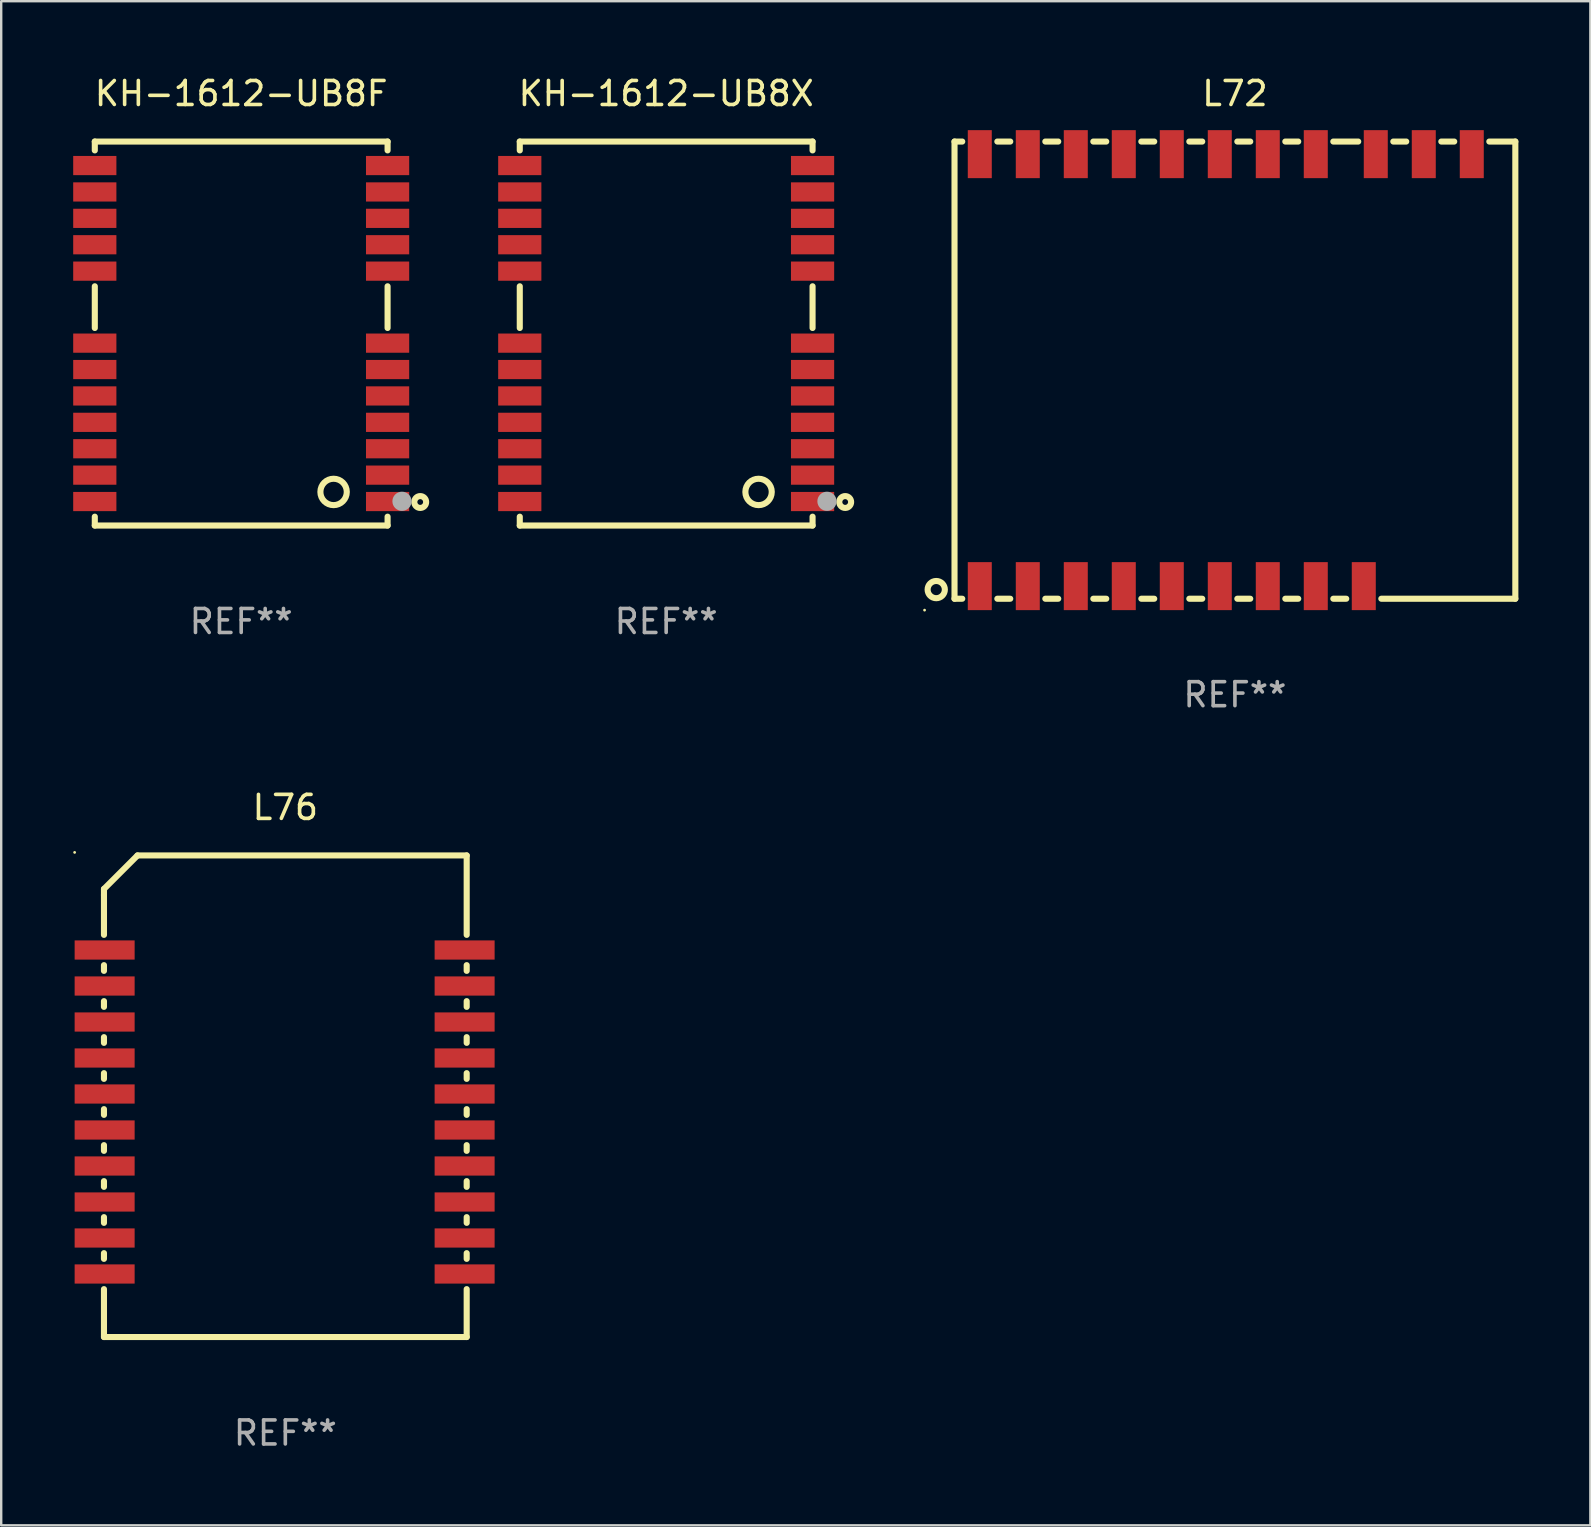
<source format=kicad_pcb>
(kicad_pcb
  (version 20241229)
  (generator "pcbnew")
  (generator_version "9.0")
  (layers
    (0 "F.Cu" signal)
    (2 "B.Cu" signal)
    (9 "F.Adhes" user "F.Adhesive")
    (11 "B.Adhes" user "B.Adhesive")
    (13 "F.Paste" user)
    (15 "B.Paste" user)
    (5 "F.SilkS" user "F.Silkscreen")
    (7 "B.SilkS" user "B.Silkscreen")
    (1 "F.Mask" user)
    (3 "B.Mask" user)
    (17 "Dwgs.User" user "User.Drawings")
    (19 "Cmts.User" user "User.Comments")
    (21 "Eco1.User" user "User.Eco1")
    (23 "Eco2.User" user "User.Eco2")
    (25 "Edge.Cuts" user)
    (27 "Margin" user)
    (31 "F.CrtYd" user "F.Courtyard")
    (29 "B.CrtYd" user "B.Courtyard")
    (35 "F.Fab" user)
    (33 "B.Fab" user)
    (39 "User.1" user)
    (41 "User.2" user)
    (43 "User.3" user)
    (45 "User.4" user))
  (footprint "KH-1612-UB8F"
    (layer "F.Cu")
    (at 7 10.848)
    (property "Reference" "KH-1612-UB8F" (at 0 -10 0) (layer "F.SilkS") (effects (font (size 1 1) (thickness 0.15))))
    (attr through_hole)
    (fp_line (start -6.1 -8) (end -6.1 -7.631) (stroke (width 0.254) (type solid)) (layer "F.SilkS"))
    (fp_line (start -6.1 -8) (end 6.1 -8) (stroke (width 0.254) (type solid)) (layer "F.SilkS"))
    (fp_line (start -6.1 -1.969) (end -6.1 -0.231) (stroke (width 0.254) (type solid)) (layer "F.SilkS"))
    (fp_line (start -6.1 7.631) (end -6.1 8) (stroke (width 0.254) (type solid)) (layer "F.SilkS"))
    (fp_line (start -6.1 8) (end 6.1 8) (stroke (width 0.254) (type solid)) (layer "F.SilkS"))
    (fp_line (start 6.1 -8) (end 6.1 -7.631) (stroke (width 0.254) (type solid)) (layer "F.SilkS"))
    (fp_line (start 6.1 -1.969) (end 6.1 -0.231) (stroke (width 0.254) (type solid)) (layer "F.SilkS"))
    (fp_line (start 6.1 7.631) (end 6.1 8) (stroke (width 0.254) (type solid)) (layer "F.SilkS"))
    (fp_circle (center 3.85 6.6) (end 4.4 6.6) (stroke (width 0.254) (type solid)) (fill no) (layer "F.SilkS"))
    (fp_circle (center 6.1 8) (end 6.13 8) (stroke (width 0.06) (type solid)) (fill no) (layer "F.SilkS"))
    (fp_circle (center 7.46 7.02) (end 7.58 7.02) (stroke (width 0.254) (type solid)) (fill no) (layer "F.SilkS"))
    (fp_circle (center 6.7 6.99) (end 6.9 6.99) (stroke (width 0.4) (type solid)) (fill no) (layer "F.Fab"))
    (fp_text user "REF**" (at 0 12 0) (layer "F.Fab") (effects (font (size 1 1) (thickness 0.15))))
    (pad "1" smd rect (at 6.1 7 90) (size 0.8 1.8) (layers "F.Cu" "F.Mask" "F.Paste"))
    (pad "2" smd rect (at 6.1 5.9 90) (size 0.8 1.8) (layers "F.Cu" "F.Mask" "F.Paste"))
    (pad "3" smd rect (at 6.1 4.8 90) (size 0.8 1.8) (layers "F.Cu" "F.Mask" "F.Paste"))
    (pad "4" smd rect (at 6.1 3.7 90) (size 0.8 1.8) (layers "F.Cu" "F.Mask" "F.Paste"))
    (pad "5" smd rect (at 6.1 2.6 90) (size 0.8 1.8) (layers "F.Cu" "F.Mask" "F.Paste"))
    (pad "6" smd rect (at 6.1 1.5 90) (size 0.8 1.8) (layers "F.Cu" "F.Mask" "F.Paste"))
    (pad "7" smd rect (at 6.1 0.4 90) (size 0.8 1.8) (layers "F.Cu" "F.Mask" "F.Paste"))
    (pad "8" smd rect (at 6.1 -2.6 90) (size 0.8 1.8) (layers "F.Cu" "F.Mask" "F.Paste"))
    (pad "9" smd rect (at 6.1 -3.7 90) (size 0.8 1.8) (layers "F.Cu" "F.Mask" "F.Paste"))
    (pad "10" smd rect (at 6.1 -4.8 90) (size 0.8 1.8) (layers "F.Cu" "F.Mask" "F.Paste"))
    (pad "11" smd rect (at 6.1 -5.9 90) (size 0.8 1.8) (layers "F.Cu" "F.Mask" "F.Paste"))
    (pad "12" smd rect (at 6.1 -7 90) (size 0.8 1.8) (layers "F.Cu" "F.Mask" "F.Paste"))
    (pad "13" smd rect (at -6.1 -7 90) (size 0.8 1.8) (layers "F.Cu" "F.Mask" "F.Paste"))
    (pad "14" smd rect (at -6.1 -5.9 90) (size 0.8 1.8) (layers "F.Cu" "F.Mask" "F.Paste"))
    (pad "15" smd rect (at -6.1 -4.8 90) (size 0.8 1.8) (layers "F.Cu" "F.Mask" "F.Paste"))
    (pad "16" smd rect (at -6.1 -3.7 90) (size 0.8 1.8) (layers "F.Cu" "F.Mask" "F.Paste"))
    (pad "17" smd rect (at -6.1 -2.6 90) (size 0.8 1.8) (layers "F.Cu" "F.Mask" "F.Paste"))
    (pad "18" smd rect (at -6.1 0.4 90) (size 0.8 1.8) (layers "F.Cu" "F.Mask" "F.Paste"))
    (pad "19" smd rect (at -6.1 1.5 90) (size 0.8 1.8) (layers "F.Cu" "F.Mask" "F.Paste"))
    (pad "20" smd rect (at -6.1 2.6 90) (size 0.8 1.8) (layers "F.Cu" "F.Mask" "F.Paste"))
    (pad "21" smd rect (at -6.1 3.7 90) (size 0.8 1.8) (layers "F.Cu" "F.Mask" "F.Paste"))
    (pad "22" smd rect (at -6.1 4.8 90) (size 0.8 1.8) (layers "F.Cu" "F.Mask" "F.Paste"))
    (pad "23" smd rect (at -6.1 5.9 90) (size 0.8 1.8) (layers "F.Cu" "F.Mask" "F.Paste"))
    (pad "24" smd rect (at -6.1 7 90) (size 0.8 1.8) (layers "F.Cu" "F.Mask" "F.Paste")))
  (footprint "KH-1612-UB8X"
    (layer "F.Cu")
    (at 24.708 10.848)
    (property "Reference" "KH-1612-UB8X" (at 0 -10 0) (layer "F.SilkS") (effects (font (size 1 1) (thickness 0.15))))
    (attr through_hole)
    (fp_line (start -6.1 -8) (end -6.1 -7.631) (stroke (width 0.254) (type solid)) (layer "F.SilkS"))
    (fp_line (start -6.1 -8) (end 6.1 -8) (stroke (width 0.254) (type solid)) (layer "F.SilkS"))
    (fp_line (start -6.1 -1.969) (end -6.1 -0.231) (stroke (width 0.254) (type solid)) (layer "F.SilkS"))
    (fp_line (start -6.1 7.631) (end -6.1 8) (stroke (width 0.254) (type solid)) (layer "F.SilkS"))
    (fp_line (start -6.1 8) (end 6.1 8) (stroke (width 0.254) (type solid)) (layer "F.SilkS"))
    (fp_line (start 6.1 -8) (end 6.1 -7.631) (stroke (width 0.254) (type solid)) (layer "F.SilkS"))
    (fp_line (start 6.1 -1.969) (end 6.1 -0.231) (stroke (width 0.254) (type solid)) (layer "F.SilkS"))
    (fp_line (start 6.1 7.631) (end 6.1 8) (stroke (width 0.254) (type solid)) (layer "F.SilkS"))
    (fp_circle (center 3.85 6.6) (end 4.4 6.6) (stroke (width 0.254) (type solid)) (fill no) (layer "F.SilkS"))
    (fp_circle (center 6.1 8) (end 6.13 8) (stroke (width 0.06) (type solid)) (fill no) (layer "F.SilkS"))
    (fp_circle (center 7.46 7.02) (end 7.58 7.02) (stroke (width 0.254) (type solid)) (fill no) (layer "F.SilkS"))
    (fp_circle (center 6.7 6.99) (end 6.9 6.99) (stroke (width 0.4) (type solid)) (fill no) (layer "F.Fab"))
    (fp_text user "REF**" (at 0 12 0) (layer "F.Fab") (effects (font (size 1 1) (thickness 0.15))))
    (pad "1" smd rect (at 6.1 7 90) (size 0.8 1.8) (layers "F.Cu" "F.Mask" "F.Paste"))
    (pad "2" smd rect (at 6.1 5.9 90) (size 0.8 1.8) (layers "F.Cu" "F.Mask" "F.Paste"))
    (pad "3" smd rect (at 6.1 4.8 90) (size 0.8 1.8) (layers "F.Cu" "F.Mask" "F.Paste"))
    (pad "4" smd rect (at 6.1 3.7 90) (size 0.8 1.8) (layers "F.Cu" "F.Mask" "F.Paste"))
    (pad "5" smd rect (at 6.1 2.6 90) (size 0.8 1.8) (layers "F.Cu" "F.Mask" "F.Paste"))
    (pad "6" smd rect (at 6.1 1.5 90) (size 0.8 1.8) (layers "F.Cu" "F.Mask" "F.Paste"))
    (pad "7" smd rect (at 6.1 0.4 90) (size 0.8 1.8) (layers "F.Cu" "F.Mask" "F.Paste"))
    (pad "8" smd rect (at 6.1 -2.6 90) (size 0.8 1.8) (layers "F.Cu" "F.Mask" "F.Paste"))
    (pad "9" smd rect (at 6.1 -3.7 90) (size 0.8 1.8) (layers "F.Cu" "F.Mask" "F.Paste"))
    (pad "10" smd rect (at 6.1 -4.8 90) (size 0.8 1.8) (layers "F.Cu" "F.Mask" "F.Paste"))
    (pad "11" smd rect (at 6.1 -5.9 90) (size 0.8 1.8) (layers "F.Cu" "F.Mask" "F.Paste"))
    (pad "12" smd rect (at 6.1 -7 90) (size 0.8 1.8) (layers "F.Cu" "F.Mask" "F.Paste"))
    (pad "13" smd rect (at -6.1 -7 90) (size 0.8 1.8) (layers "F.Cu" "F.Mask" "F.Paste"))
    (pad "14" smd rect (at -6.1 -5.9 90) (size 0.8 1.8) (layers "F.Cu" "F.Mask" "F.Paste"))
    (pad "15" smd rect (at -6.1 -4.8 90) (size 0.8 1.8) (layers "F.Cu" "F.Mask" "F.Paste"))
    (pad "16" smd rect (at -6.1 -3.7 90) (size 0.8 1.8) (layers "F.Cu" "F.Mask" "F.Paste"))
    (pad "17" smd rect (at -6.1 -2.6 90) (size 0.8 1.8) (layers "F.Cu" "F.Mask" "F.Paste"))
    (pad "18" smd rect (at -6.1 0.4 90) (size 0.8 1.8) (layers "F.Cu" "F.Mask" "F.Paste"))
    (pad "19" smd rect (at -6.1 1.5 90) (size 0.8 1.8) (layers "F.Cu" "F.Mask" "F.Paste"))
    (pad "20" smd rect (at -6.1 2.6 90) (size 0.8 1.8) (layers "F.Cu" "F.Mask" "F.Paste"))
    (pad "21" smd rect (at -6.1 3.7 90) (size 0.8 1.8) (layers "F.Cu" "F.Mask" "F.Paste"))
    (pad "22" smd rect (at -6.1 4.8 90) (size 0.8 1.8) (layers "F.Cu" "F.Mask" "F.Paste"))
    (pad "23" smd rect (at -6.1 5.9 90) (size 0.8 1.8) (layers "F.Cu" "F.Mask" "F.Paste"))
    (pad "24" smd rect (at -6.1 7 90) (size 0.8 1.8) (layers "F.Cu" "F.Mask" "F.Paste")))
  (footprint "L76"
    (layer "F.Cu")
    (at 8.839 42.628)
    (property "Reference" "L76" (at 0 -12.033 0) (layer "F.SilkS") (effects (font (size 1 1) (thickness 0.15))))
    (attr through_hole)
    (fp_line (start -7.557 -8.636) (end -6.16 -10.033) (stroke (width 0.254) (type solid)) (layer "F.SilkS"))
    (fp_line (start -7.557 -8.382) (end -7.557 -8.636) (stroke (width 0.254) (type solid)) (layer "F.SilkS"))
    (fp_line (start -7.557 -6.724) (end -7.557 -8.382) (stroke (width 0.254) (type solid)) (layer "F.SilkS"))
    (fp_line (start -7.557 -5.224) (end -7.557 -5.462) (stroke (width 0.254) (type solid)) (layer "F.SilkS"))
    (fp_line (start -7.557 -3.724) (end -7.557 -3.962) (stroke (width 0.254) (type solid)) (layer "F.SilkS"))
    (fp_line (start -7.557 -2.224) (end -7.557 -2.462) (stroke (width 0.254) (type solid)) (layer "F.SilkS"))
    (fp_line (start -7.557 -0.724) (end -7.557 -0.962) (stroke (width 0.254) (type solid)) (layer "F.SilkS"))
    (fp_line (start -7.557 0.776) (end -7.557 0.538) (stroke (width 0.254) (type solid)) (layer "F.SilkS"))
    (fp_line (start -7.557 2.276) (end -7.557 2.038) (stroke (width 0.254) (type solid)) (layer "F.SilkS"))
    (fp_line (start -7.557 3.776) (end -7.557 3.538) (stroke (width 0.254) (type solid)) (layer "F.SilkS"))
    (fp_line (start -7.557 5.276) (end -7.557 5.038) (stroke (width 0.254) (type solid)) (layer "F.SilkS"))
    (fp_line (start -7.557 6.776) (end -7.557 6.538) (stroke (width 0.254) (type solid)) (layer "F.SilkS"))
    (fp_line (start -7.557 10.033) (end -7.557 8.038) (stroke (width 0.254) (type solid)) (layer "F.SilkS"))
    (fp_line (start -6.16 -10.033) (end 7.557 -10.033) (stroke (width 0.254) (type solid)) (layer "F.SilkS"))
    (fp_line (start 7.557 -10.033) (end 7.557 -6.724) (stroke (width 0.254) (type solid)) (layer "F.SilkS"))
    (fp_line (start 7.557 -5.462) (end 7.557 -5.224) (stroke (width 0.254) (type solid)) (layer "F.SilkS"))
    (fp_line (start 7.557 -3.962) (end 7.557 -3.724) (stroke (width 0.254) (type solid)) (layer "F.SilkS"))
    (fp_line (start 7.557 -2.462) (end 7.557 -2.224) (stroke (width 0.254) (type solid)) (layer "F.SilkS"))
    (fp_line (start 7.557 -0.962) (end 7.557 -0.724) (stroke (width 0.254) (type solid)) (layer "F.SilkS"))
    (fp_line (start 7.557 0.538) (end 7.557 0.776) (stroke (width 0.254) (type solid)) (layer "F.SilkS"))
    (fp_line (start 7.557 2.038) (end 7.557 2.276) (stroke (width 0.254) (type solid)) (layer "F.SilkS"))
    (fp_line (start 7.557 3.538) (end 7.557 3.776) (stroke (width 0.254) (type solid)) (layer "F.SilkS"))
    (fp_line (start 7.557 5.038) (end 7.557 5.276) (stroke (width 0.254) (type solid)) (layer "F.SilkS"))
    (fp_line (start 7.557 6.538) (end 7.557 6.776) (stroke (width 0.254) (type solid)) (layer "F.SilkS"))
    (fp_line (start 7.557 8.038) (end 7.557 10.033) (stroke (width 0.254) (type solid)) (layer "F.SilkS"))
    (fp_line (start 7.557 10.033) (end -7.557 10.033) (stroke (width 0.254) (type solid)) (layer "F.SilkS"))
    (fp_circle (center -8.779 -10.16) (end -8.749 -10.16) (stroke (width 0.06) (type solid)) (fill no) (layer "F.SilkS"))
    (fp_text user "REF**" (at 0 14.033 0) (layer "F.Fab") (effects (font (size 1 1) (thickness 0.15))))
    (pad "1" smd rect (at -7.529 -6.093 270) (size 0.8 2.5) (layers "F.Cu" "F.Mask" "F.Paste"))
    (pad "2" smd rect (at -7.529 -4.593 270) (size 0.8 2.5) (layers "F.Cu" "F.Mask" "F.Paste"))
    (pad "3" smd rect (at -7.529 -3.093 270) (size 0.8 2.5) (layers "F.Cu" "F.Mask" "F.Paste"))
    (pad "4" smd rect (at -7.529 -1.593 270) (size 0.8 2.5) (layers "F.Cu" "F.Mask" "F.Paste"))
    (pad "5" smd rect (at -7.529 -0.093 270) (size 0.8 2.5) (layers "F.Cu" "F.Mask" "F.Paste"))
    (pad "6" smd rect (at -7.529 1.407 270) (size 0.8 2.5) (layers "F.Cu" "F.Mask" "F.Paste"))
    (pad "7" smd rect (at -7.529 2.907 270) (size 0.8 2.5) (layers "F.Cu" "F.Mask" "F.Paste"))
    (pad "8" smd rect (at -7.529 4.407 270) (size 0.8 2.5) (layers "F.Cu" "F.Mask" "F.Paste"))
    (pad "9" smd rect (at -7.529 5.907 270) (size 0.8 2.5) (layers "F.Cu" "F.Mask" "F.Paste"))
    (pad "10" smd rect (at -7.529 7.407 270) (size 0.8 2.5) (layers "F.Cu" "F.Mask" "F.Paste"))
    (pad "11" smd rect (at 7.471 7.407 270) (size 0.8 2.5) (layers "F.Cu" "F.Mask" "F.Paste"))
    (pad "12" smd rect (at 7.471 5.907 270) (size 0.8 2.5) (layers "F.Cu" "F.Mask" "F.Paste"))
    (pad "13" smd rect (at 7.471 4.407 270) (size 0.8 2.5) (layers "F.Cu" "F.Mask" "F.Paste"))
    (pad "14" smd rect (at 7.471 2.907 270) (size 0.8 2.5) (layers "F.Cu" "F.Mask" "F.Paste"))
    (pad "15" smd rect (at 7.471 1.407 270) (size 0.8 2.5) (layers "F.Cu" "F.Mask" "F.Paste"))
    (pad "16" smd rect (at 7.471 -0.093 270) (size 0.8 2.5) (layers "F.Cu" "F.Mask" "F.Paste"))
    (pad "17" smd rect (at 7.471 -1.593 270) (size 0.8 2.5) (layers "F.Cu" "F.Mask" "F.Paste"))
    (pad "18" smd rect (at 7.471 -3.093 270) (size 0.8 2.5) (layers "F.Cu" "F.Mask" "F.Paste"))
    (pad "19" smd rect (at 7.471 -4.593 270) (size 0.8 2.5) (layers "F.Cu" "F.Mask" "F.Paste"))
    (pad "20" smd rect (at 7.471 -6.093 270) (size 0.8 2.5) (layers "F.Cu" "F.Mask" "F.Paste")))
  (footprint "L72"
    (layer "F.Cu")
    (at 48.407 12.373)
    (property "Reference" "L72" (at 0 -11.525 0) (layer "F.SilkS") (effects (font (size 1 1) (thickness 0.15))))
    (attr through_hole)
    (fp_line (start -11.684 -9.525) (end -11.362 -9.525) (stroke (width 0.254) (type solid)) (layer "F.SilkS"))
    (fp_line (start -11.684 9.525) (end -11.684 -9.525) (stroke (width 0.254) (type solid)) (layer "F.SilkS"))
    (fp_line (start -11.362 9.525) (end -11.684 9.525) (stroke (width 0.254) (type solid)) (layer "F.SilkS"))
    (fp_line (start -9.9 -9.525) (end -9.362 -9.525) (stroke (width 0.254) (type solid)) (layer "F.SilkS"))
    (fp_line (start -9.362 9.525) (end -9.9 9.525) (stroke (width 0.254) (type solid)) (layer "F.SilkS"))
    (fp_line (start -7.9 -9.525) (end -7.362 -9.525) (stroke (width 0.254) (type solid)) (layer "F.SilkS"))
    (fp_line (start -7.362 9.525) (end -7.9 9.525) (stroke (width 0.254) (type solid)) (layer "F.SilkS"))
    (fp_line (start -5.9 -9.525) (end -5.362 -9.525) (stroke (width 0.254) (type solid)) (layer "F.SilkS"))
    (fp_line (start -5.362 9.525) (end -5.9 9.525) (stroke (width 0.254) (type solid)) (layer "F.SilkS"))
    (fp_line (start -3.9 -9.525) (end -3.362 -9.525) (stroke (width 0.254) (type solid)) (layer "F.SilkS"))
    (fp_line (start -3.362 9.525) (end -3.9 9.525) (stroke (width 0.254) (type solid)) (layer "F.SilkS"))
    (fp_line (start -1.9 -9.525) (end -1.362 -9.525) (stroke (width 0.254) (type solid)) (layer "F.SilkS"))
    (fp_line (start -1.362 9.525) (end -1.9 9.525) (stroke (width 0.254) (type solid)) (layer "F.SilkS"))
    (fp_line (start 0.1 -9.525) (end 0.638 -9.525) (stroke (width 0.254) (type solid)) (layer "F.SilkS"))
    (fp_line (start 0.638 9.525) (end 0.1 9.525) (stroke (width 0.254) (type solid)) (layer "F.SilkS"))
    (fp_line (start 2.1 -9.525) (end 2.638 -9.525) (stroke (width 0.254) (type solid)) (layer "F.SilkS"))
    (fp_line (start 2.638 9.525) (end 2.1 9.525) (stroke (width 0.254) (type solid)) (layer "F.SilkS"))
    (fp_line (start 4.1 -9.525) (end 5.138 -9.525) (stroke (width 0.254) (type solid)) (layer "F.SilkS"))
    (fp_line (start 4.638 9.525) (end 4.1 9.525) (stroke (width 0.254) (type solid)) (layer "F.SilkS"))
    (fp_line (start 6.6 -9.525) (end 7.138 -9.525) (stroke (width 0.254) (type solid)) (layer "F.SilkS"))
    (fp_line (start 8.6 -9.525) (end 9.138 -9.525) (stroke (width 0.254) (type solid)) (layer "F.SilkS"))
    (fp_line (start 10.6 -9.525) (end 11.684 -9.525) (stroke (width 0.254) (type solid)) (layer "F.SilkS"))
    (fp_line (start 11.684 -9.525) (end 11.684 9.525) (stroke (width 0.254) (type solid)) (layer "F.SilkS"))
    (fp_line (start 11.684 9.525) (end 6.1 9.525) (stroke (width 0.254) (type solid)) (layer "F.SilkS"))
    (fp_circle (center -12.932 10) (end -12.902 10) (stroke (width 0.06) (type solid)) (fill no) (layer "F.SilkS"))
    (fp_circle (center -12.446 9.144) (end -12.087 9.144) (stroke (width 0.254) (type solid)) (fill no) (layer "F.SilkS"))
    (fp_text user "REF**" (at 0 13.525 0) (layer "F.Fab") (effects (font (size 1 1) (thickness 0.15))))
    (pad "1" smd rect (at -10.631 9) (size 1 2) (layers "F.Cu" "F.Mask" "F.Paste"))
    (pad "2" smd rect (at -8.631 9) (size 1 2) (layers "F.Cu" "F.Mask" "F.Paste"))
    (pad "3" smd rect (at -6.631 9) (size 1 2) (layers "F.Cu" "F.Mask" "F.Paste"))
    (pad "4" smd rect (at -4.631 9) (size 1 2) (layers "F.Cu" "F.Mask" "F.Paste"))
    (pad "5" smd rect (at -2.631 9) (size 1 2) (layers "F.Cu" "F.Mask" "F.Paste"))
    (pad "6" smd rect (at -0.631 9) (size 1 2) (layers "F.Cu" "F.Mask" "F.Paste"))
    (pad "7" smd rect (at 1.369 9) (size 1 2) (layers "F.Cu" "F.Mask" "F.Paste"))
    (pad "8" smd rect (at 3.369 9) (size 1 2) (layers "F.Cu" "F.Mask" "F.Paste"))
    (pad "9" smd rect (at 5.369 9) (size 1 2) (layers "F.Cu" "F.Mask" "F.Paste"))
    (pad "10" smd rect (at 9.869 -9 180) (size 1 2) (layers "F.Cu" "F.Mask" "F.Paste"))
    (pad "11" smd rect (at 7.869 -9 180) (size 1 2) (layers "F.Cu" "F.Mask" "F.Paste"))
    (pad "12" smd rect (at 5.869 -9 180) (size 1 2) (layers "F.Cu" "F.Mask" "F.Paste"))
    (pad "13" smd rect (at 3.369 -9 180) (size 1 2) (layers "F.Cu" "F.Mask" "F.Paste"))
    (pad "14" smd rect (at 1.369 -9 180) (size 1 2) (layers "F.Cu" "F.Mask" "F.Paste"))
    (pad "15" smd rect (at -0.631 -9 180) (size 1 2) (layers "F.Cu" "F.Mask" "F.Paste"))
    (pad "16" smd rect (at -2.631 -9 180) (size 1 2) (layers "F.Cu" "F.Mask" "F.Paste"))
    (pad "17" smd rect (at -4.631 -9 180) (size 1 2) (layers "F.Cu" "F.Mask" "F.Paste"))
    (pad "18" smd rect (at -6.631 -9 180) (size 1 2) (layers "F.Cu" "F.Mask" "F.Paste"))
    (pad "19" smd rect (at -8.631 -9 180) (size 1 2) (layers "F.Cu" "F.Mask" "F.Paste"))
    (pad "20" smd rect (at -10.631 -9 180) (size 1 2) (layers "F.Cu" "F.Mask" "F.Paste")))
  (gr_rect
    (start -3 -3)
    (end 63.218 60.509)
    (stroke (width 0.1) (type default))
    (fill no)
    (layer "Edge.Cuts")))
</source>
